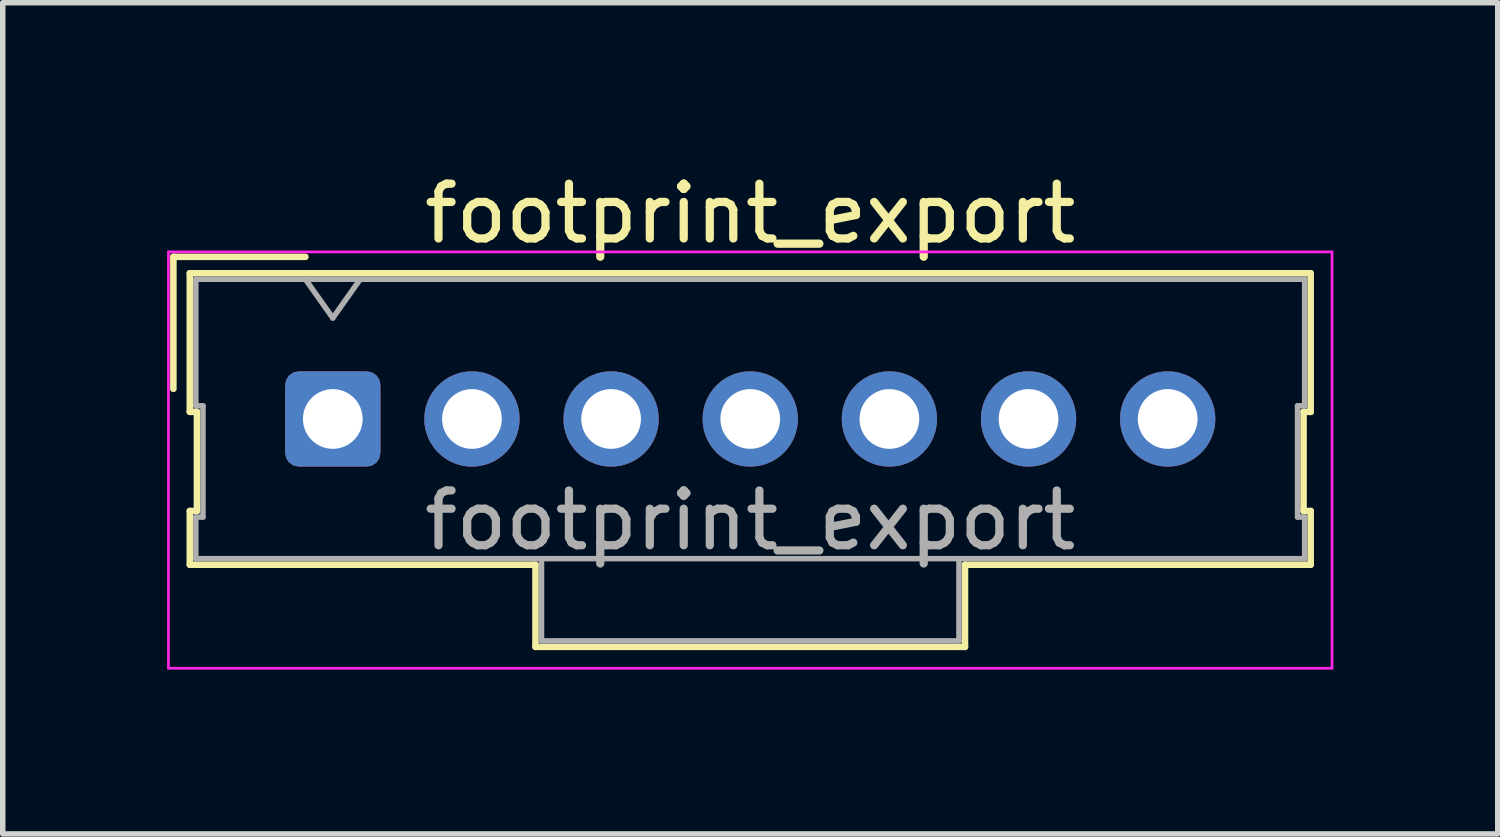
<source format=kicad_pcb>
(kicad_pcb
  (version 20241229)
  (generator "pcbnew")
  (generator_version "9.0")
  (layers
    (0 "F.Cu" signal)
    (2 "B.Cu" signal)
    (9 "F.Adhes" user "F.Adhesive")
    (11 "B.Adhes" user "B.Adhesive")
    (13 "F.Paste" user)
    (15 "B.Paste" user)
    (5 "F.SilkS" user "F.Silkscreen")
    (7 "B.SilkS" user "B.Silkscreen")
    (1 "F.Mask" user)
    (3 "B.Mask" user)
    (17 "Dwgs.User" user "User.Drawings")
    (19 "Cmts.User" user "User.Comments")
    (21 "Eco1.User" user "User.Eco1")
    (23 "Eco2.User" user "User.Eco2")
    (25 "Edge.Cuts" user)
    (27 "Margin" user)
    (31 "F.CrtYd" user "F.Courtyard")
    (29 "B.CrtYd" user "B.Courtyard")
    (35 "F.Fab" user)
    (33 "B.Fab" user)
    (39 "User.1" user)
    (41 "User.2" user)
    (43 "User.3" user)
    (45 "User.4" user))
  (footprint "footprint_export"
    (layer "F.Cu")
    (at 3.025 4.598)
    (property "Reference" "footprint_export" (at 7.62 -3.75 0) (layer "F.SilkS") (effects (font (size 1 1) (thickness 0.15))))
    (attr through_hole)
    (fp_line (start -2.91 -2.96) (end -0.5 -2.96) (stroke (width 0.12) (type solid)) (layer "F.SilkS"))
    (fp_line (start -2.91 -0.55) (end -2.91 -2.96) (stroke (width 0.12) (type solid)) (layer "F.SilkS"))
    (fp_line (start -2.61 -2.66) (end -2.61 -0.13) (stroke (width 0.12) (type solid)) (layer "F.SilkS"))
    (fp_line (start -2.61 -0.13) (end -2.48 -0.13) (stroke (width 0.12) (type solid)) (layer "F.SilkS"))
    (fp_line (start -2.61 1.68) (end -2.61 2.66) (stroke (width 0.12) (type solid)) (layer "F.SilkS"))
    (fp_line (start -2.61 2.66) (end 3.7 2.66) (stroke (width 0.12) (type solid)) (layer "F.SilkS"))
    (fp_line (start -2.48 -0.13) (end -2.48 1.68) (stroke (width 0.12) (type solid)) (layer "F.SilkS"))
    (fp_line (start -2.48 1.68) (end -2.61 1.68) (stroke (width 0.12) (type solid)) (layer "F.SilkS"))
    (fp_line (start 3.7 2.66) (end 3.7 4.16) (stroke (width 0.12) (type solid)) (layer "F.SilkS"))
    (fp_line (start 3.7 4.16) (end 11.54 4.16) (stroke (width 0.12) (type solid)) (layer "F.SilkS"))
    (fp_line (start 11.54 2.66) (end 17.85 2.66) (stroke (width 0.12) (type solid)) (layer "F.SilkS"))
    (fp_line (start 11.54 4.16) (end 11.54 2.66) (stroke (width 0.12) (type solid)) (layer "F.SilkS"))
    (fp_line (start 17.72 -0.13) (end 17.85 -0.13) (stroke (width 0.12) (type solid)) (layer "F.SilkS"))
    (fp_line (start 17.72 1.68) (end 17.72 -0.13) (stroke (width 0.12) (type solid)) (layer "F.SilkS"))
    (fp_line (start 17.85 -2.66) (end -2.61 -2.66) (stroke (width 0.12) (type solid)) (layer "F.SilkS"))
    (fp_line (start 17.85 -0.13) (end 17.85 -2.66) (stroke (width 0.12) (type solid)) (layer "F.SilkS"))
    (fp_line (start 17.85 1.68) (end 17.72 1.68) (stroke (width 0.12) (type solid)) (layer "F.SilkS"))
    (fp_line (start 17.85 2.66) (end 17.85 1.68) (stroke (width 0.12) (type solid)) (layer "F.SilkS"))
    (fp_line (start -3 -3.05) (end -3 4.55) (stroke (width 0.05) (type solid)) (layer "F.CrtYd"))
    (fp_line (start -3 4.55) (end 18.24 4.55) (stroke (width 0.05) (type solid)) (layer "F.CrtYd"))
    (fp_line (start 18.24 -3.05) (end -3 -3.05) (stroke (width 0.05) (type solid)) (layer "F.CrtYd"))
    (fp_line (start 18.24 4.55) (end 18.24 -3.05) (stroke (width 0.05) (type solid)) (layer "F.CrtYd"))
    (fp_line (start -2.5 -2.55) (end -2.5 -0.24) (stroke (width 0.1) (type solid)) (layer "F.Fab"))
    (fp_line (start -2.5 -0.24) (end -2.37 -0.24) (stroke (width 0.1) (type solid)) (layer "F.Fab"))
    (fp_line (start -2.5 1.79) (end -2.5 2.55) (stroke (width 0.1) (type solid)) (layer "F.Fab"))
    (fp_line (start -2.5 2.55) (end 17.74 2.55) (stroke (width 0.1) (type solid)) (layer "F.Fab"))
    (fp_line (start -2.37 -0.24) (end -2.37 1.79) (stroke (width 0.1) (type solid)) (layer "F.Fab"))
    (fp_line (start -2.37 1.79) (end -2.5 1.79) (stroke (width 0.1) (type solid)) (layer "F.Fab"))
    (fp_line (start 0 -1.843) (end -0.5 -2.55) (stroke (width 0.1) (type solid)) (layer "F.Fab"))
    (fp_line (start 0.5 -2.55) (end 0 -1.843) (stroke (width 0.1) (type solid)) (layer "F.Fab"))
    (fp_line (start 3.81 2.55) (end 3.81 4.05) (stroke (width 0.1) (type solid)) (layer "F.Fab"))
    (fp_line (start 3.81 4.05) (end 11.43 4.05) (stroke (width 0.1) (type solid)) (layer "F.Fab"))
    (fp_line (start 11.43 4.05) (end 11.43 2.55) (stroke (width 0.1) (type solid)) (layer "F.Fab"))
    (fp_line (start 17.61 -0.24) (end 17.74 -0.24) (stroke (width 0.1) (type solid)) (layer "F.Fab"))
    (fp_line (start 17.61 1.79) (end 17.61 -0.24) (stroke (width 0.1) (type solid)) (layer "F.Fab"))
    (fp_line (start 17.74 -2.55) (end -2.5 -2.55) (stroke (width 0.1) (type solid)) (layer "F.Fab"))
    (fp_line (start 17.74 -0.24) (end 17.74 -2.55) (stroke (width 0.1) (type solid)) (layer "F.Fab"))
    (fp_line (start 17.74 1.79) (end 17.61 1.79) (stroke (width 0.1) (type solid)) (layer "F.Fab"))
    (fp_line (start 17.74 2.55) (end 17.74 1.79) (stroke (width 0.1) (type solid)) (layer "F.Fab"))
    (fp_text user "${REFERENCE}" (at 7.62 1.85 0) (layer "F.Fab") (effects (font (size 1 1) (thickness 0.15))))
    (pad "1" thru_hole roundrect (at 0 0) (size 1.74 1.74) (drill 1.09) (layers "*.Cu" "*.Mask") (roundrect_rratio 0.144))
    (pad "2" thru_hole circle (at 2.54 0) (size 1.74 1.74) (drill 1.09) (layers "*.Cu" "*.Mask"))
    (pad "3" thru_hole circle (at 5.08 0) (size 1.74 1.74) (drill 1.09) (layers "*.Cu" "*.Mask"))
    (pad "4" thru_hole circle (at 7.62 0) (size 1.74 1.74) (drill 1.09) (layers "*.Cu" "*.Mask"))
    (pad "5" thru_hole circle (at 10.16 0) (size 1.74 1.74) (drill 1.09) (layers "*.Cu" "*.Mask"))
    (pad "6" thru_hole circle (at 12.7 0) (size 1.74 1.74) (drill 1.09) (layers "*.Cu" "*.Mask"))
    (pad "7" thru_hole circle (at 15.24 0) (size 1.74 1.74) (drill 1.09) (layers "*.Cu" "*.Mask")))
  (gr_rect
    (start -3 -3)
    (end 24.29 12.173)
    (stroke (width 0.1) (type default))
    (fill no)
    (layer "Edge.Cuts")))
</source>
